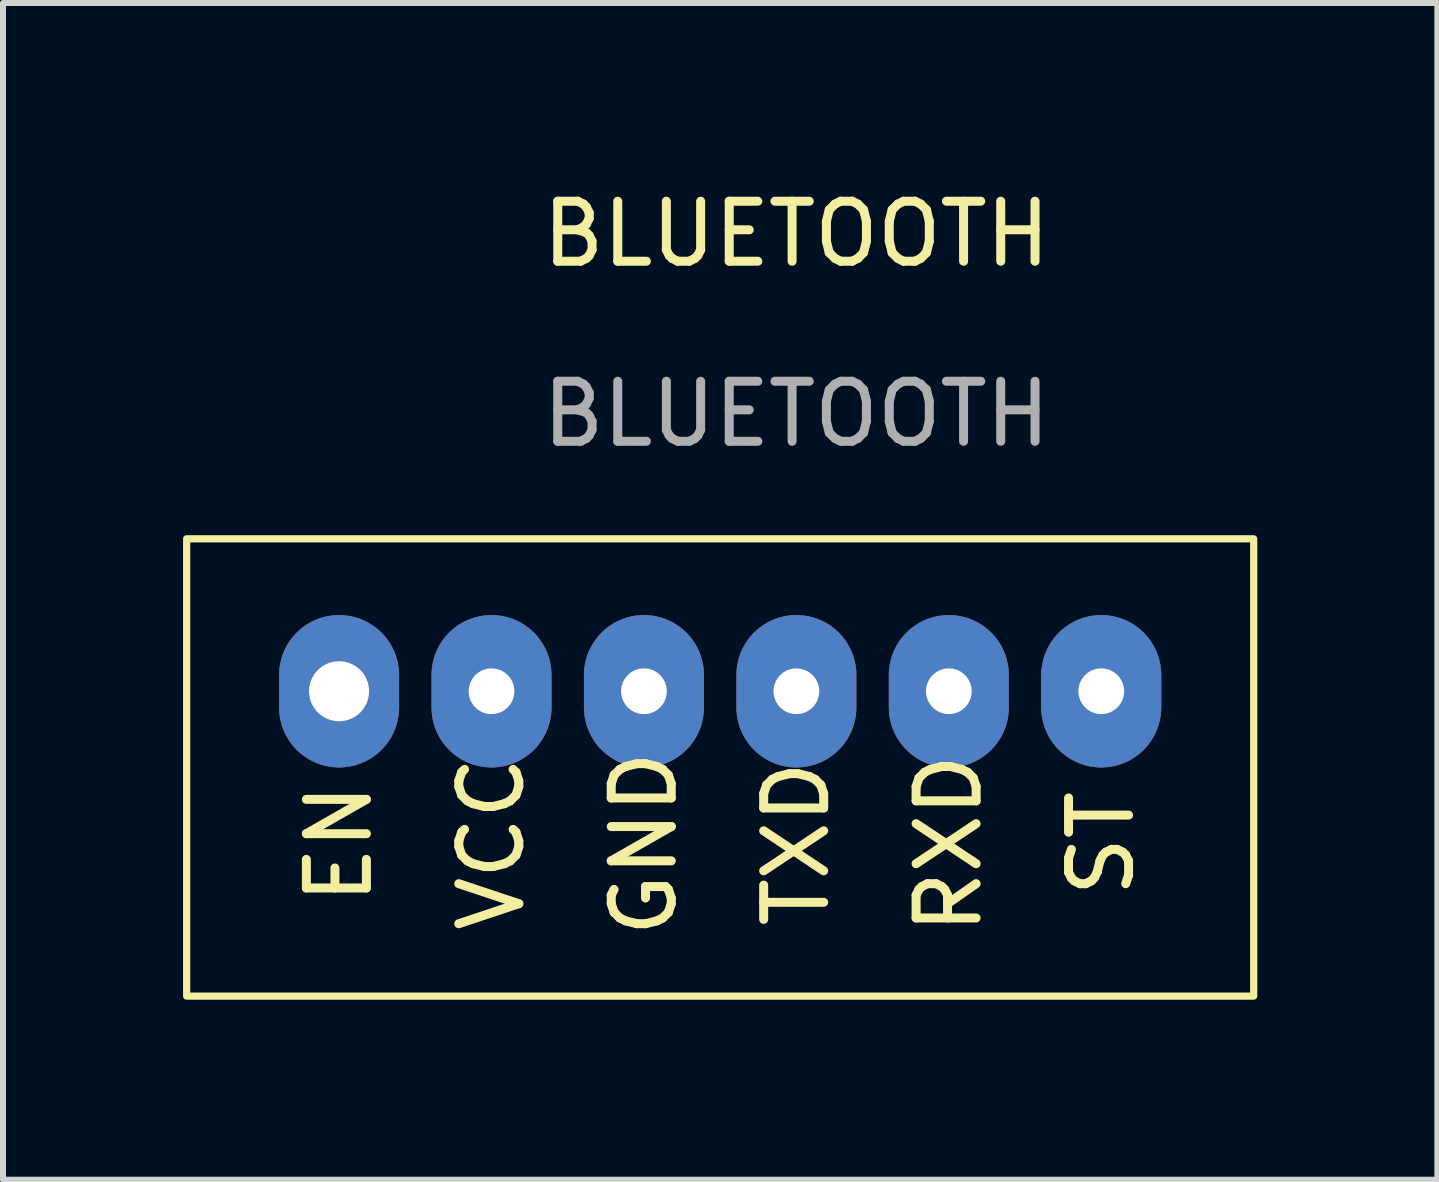
<source format=kicad_pcb>
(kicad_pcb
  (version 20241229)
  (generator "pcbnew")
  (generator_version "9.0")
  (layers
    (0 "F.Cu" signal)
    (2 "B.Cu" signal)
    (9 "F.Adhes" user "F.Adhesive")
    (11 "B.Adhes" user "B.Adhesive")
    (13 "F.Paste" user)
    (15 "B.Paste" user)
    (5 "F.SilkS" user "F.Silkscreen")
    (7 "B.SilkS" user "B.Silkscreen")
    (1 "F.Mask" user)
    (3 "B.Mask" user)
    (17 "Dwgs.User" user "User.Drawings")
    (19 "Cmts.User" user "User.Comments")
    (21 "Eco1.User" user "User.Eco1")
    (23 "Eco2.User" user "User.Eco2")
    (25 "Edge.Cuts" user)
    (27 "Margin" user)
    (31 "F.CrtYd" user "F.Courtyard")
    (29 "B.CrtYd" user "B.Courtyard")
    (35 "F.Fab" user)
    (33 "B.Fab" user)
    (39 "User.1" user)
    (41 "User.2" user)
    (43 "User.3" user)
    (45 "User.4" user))
  (footprint "BLUETOOTH"
    (layer "F.Cu")
    (at 10.22 11.008)
    (property "Reference" "BLUETOOTH" (at 0 -10.16 0) (unlocked yes) (layer "F.SilkS") (effects (font (size 1 1) (thickness 0.15))))
    (attr through_hole)
    (fp_rect (start 7.62 2.54) (end -10.16 -5.08) (stroke (width 0.12) (type solid)) (fill no) (layer "F.SilkS"))
    (fp_text user "GND" (at -2.54 0 90) (unlocked yes) (layer "F.SilkS") (effects (font (size 1 1) (thickness 0.15))))
    (fp_text user "ST" (at 5.08 0 90) (unlocked yes) (layer "F.SilkS") (effects (font (size 1 1) (thickness 0.15))))
    (fp_text user "TXD" (at 0 0 90) (unlocked yes) (layer "F.SilkS") (effects (font (size 1 1) (thickness 0.15))))
    (fp_text user "RXD" (at 2.54 0 90) (unlocked yes) (layer "F.SilkS") (effects (font (size 1 1) (thickness 0.15))))
    (fp_text user "EN" (at -7.62 0 90) (unlocked yes) (layer "F.SilkS") (effects (font (size 1 1) (thickness 0.15))))
    (fp_text user "VCC" (at -5.08 0 90) (unlocked yes) (layer "F.SilkS") (effects (font (size 1 1) (thickness 0.15))))
    (fp_text user "${REFERENCE}" (at 0 -7.16 0) (unlocked yes) (layer "F.Fab") (effects (font (size 1 1) (thickness 0.15))))
    (pad "1" thru_hole oval (at -7.62 -2.54) (size 2 2.54) (drill 1) (layers "*.Cu" "*.Mask"))
    (pad "2" thru_hole oval (at -5.08 -2.54) (size 2 2.54) (drill 0.762) (layers "*.Cu" "*.Mask"))
    (pad "3" thru_hole oval (at -2.54 -2.54) (size 2 2.54) (drill 0.762) (layers "*.Cu" "*.Mask"))
    (pad "4" thru_hole oval (at 0 -2.54) (size 2 2.54) (drill 0.762) (layers "*.Cu" "*.Mask"))
    (pad "5" thru_hole oval (at 2.54 -2.54) (size 2 2.54) (drill 0.762) (layers "*.Cu" "*.Mask"))
    (pad "6" thru_hole oval (at 5.08 -2.54) (size 2 2.54) (drill 0.762) (layers "*.Cu" "*.Mask")))
  (gr_rect
    (start -3 -3)
    (end 20.9 16.608)
    (stroke (width 0.1) (type default))
    (fill no)
    (layer "Edge.Cuts")))
</source>
